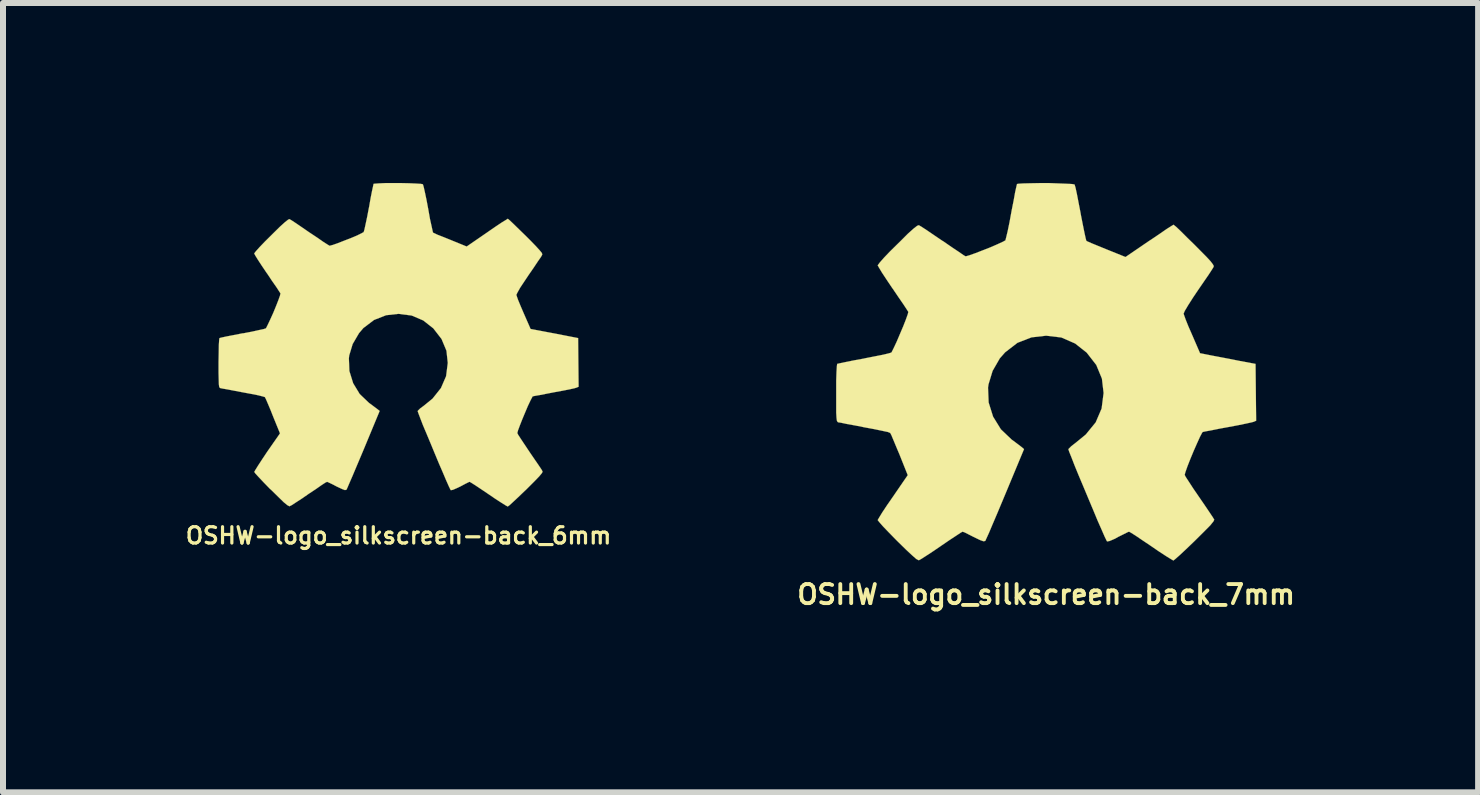
<source format=kicad_pcb>
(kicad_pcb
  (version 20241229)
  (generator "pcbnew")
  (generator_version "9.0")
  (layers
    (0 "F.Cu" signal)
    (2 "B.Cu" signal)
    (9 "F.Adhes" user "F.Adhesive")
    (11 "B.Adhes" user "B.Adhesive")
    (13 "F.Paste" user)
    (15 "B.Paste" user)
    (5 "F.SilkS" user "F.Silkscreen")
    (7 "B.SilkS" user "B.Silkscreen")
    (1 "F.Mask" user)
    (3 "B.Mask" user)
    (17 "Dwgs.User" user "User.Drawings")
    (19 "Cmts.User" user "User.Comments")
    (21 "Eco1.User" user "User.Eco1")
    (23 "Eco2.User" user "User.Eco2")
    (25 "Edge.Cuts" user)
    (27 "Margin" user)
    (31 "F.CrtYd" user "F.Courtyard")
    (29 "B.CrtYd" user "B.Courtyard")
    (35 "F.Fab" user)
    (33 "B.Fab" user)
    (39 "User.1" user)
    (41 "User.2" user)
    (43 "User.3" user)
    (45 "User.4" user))
  (footprint "OSHW-logo_silkscreen-back_6mm"
    (layer "F.Cu")
    (at 3.592 2.696)
    (property "Reference" "OSHW-logo_silkscreen-back_6mm" (at 0 3.18 0) (layer "F.SilkS") (effects (font (size 0.272 0.272) (thickness 0.053))))
    (attr through_hole)
    (fp_poly (pts (xy 1.819 2.695) (xy 1.786 2.677) (xy 1.717 2.634) (xy 1.615 2.568) (xy 1.499 2.489) (xy 1.379 2.408) (xy 1.28 2.342) (xy 1.212 2.299) (xy 1.184 2.283) (xy 1.168 2.289) (xy 1.113 2.316) (xy 1.031 2.36) (xy 0.983 2.383) (xy 0.907 2.416) (xy 0.871 2.423) (xy 0.864 2.413) (xy 0.836 2.355) (xy 0.792 2.256) (xy 0.737 2.126) (xy 0.671 1.974) (xy 0.602 1.808) (xy 0.533 1.641) (xy 0.467 1.483) (xy 0.406 1.339) (xy 0.361 1.222) (xy 0.33 1.14) (xy 0.318 1.105) (xy 0.323 1.097) (xy 0.358 1.062) (xy 0.424 1.013) (xy 0.566 0.897) (xy 0.706 0.721) (xy 0.792 0.523) (xy 0.82 0.302) (xy 0.798 0.099) (xy 0.716 -0.097) (xy 0.579 -0.274) (xy 0.411 -0.406) (xy 0.218 -0.488) (xy 0 -0.516) (xy -0.208 -0.493) (xy -0.409 -0.414) (xy -0.587 -0.279) (xy -0.66 -0.193) (xy -0.765 -0.013) (xy -0.823 0.178) (xy -0.828 0.226) (xy -0.82 0.437) (xy -0.757 0.64) (xy -0.648 0.82) (xy -0.493 0.968) (xy -0.472 0.983) (xy -0.401 1.036) (xy -0.353 1.072) (xy -0.315 1.102) (xy -0.584 1.75) (xy -0.627 1.852) (xy -0.701 2.027) (xy -0.765 2.179) (xy -0.818 2.301) (xy -0.853 2.383) (xy -0.869 2.416) (xy -0.871 2.416) (xy -0.894 2.421) (xy -0.942 2.403) (xy -1.034 2.36) (xy -1.092 2.329) (xy -1.161 2.296) (xy -1.191 2.283) (xy -1.219 2.296) (xy -1.285 2.339) (xy -1.379 2.405) (xy -1.496 2.482) (xy -1.605 2.558) (xy -1.707 2.624) (xy -1.781 2.672) (xy -1.816 2.69) (xy -1.821 2.69) (xy -1.854 2.672) (xy -1.913 2.624) (xy -1.999 2.54) (xy -2.123 2.418) (xy -2.144 2.4) (xy -2.245 2.296) (xy -2.329 2.207) (xy -2.385 2.146) (xy -2.405 2.118) (xy -2.385 2.083) (xy -2.339 2.009) (xy -2.273 1.908) (xy -2.192 1.786) (xy -1.976 1.476) (xy -2.095 1.184) (xy -2.131 1.092) (xy -2.177 0.983) (xy -2.21 0.907) (xy -2.228 0.871) (xy -2.261 0.861) (xy -2.339 0.841) (xy -2.456 0.818) (xy -2.596 0.792) (xy -2.728 0.767) (xy -2.847 0.744) (xy -2.934 0.729) (xy -2.972 0.721) (xy -2.982 0.714) (xy -2.99 0.696) (xy -2.995 0.655) (xy -2.997 0.582) (xy -3 0.467) (xy -3 0.302) (xy -3 0.284) (xy -2.997 0.127) (xy -2.995 0.003) (xy -2.99 -0.079) (xy -2.985 -0.112) (xy -2.946 -0.122) (xy -2.863 -0.14) (xy -2.743 -0.163) (xy -2.601 -0.191) (xy -2.591 -0.191) (xy -2.449 -0.218) (xy -2.332 -0.244) (xy -2.248 -0.262) (xy -2.212 -0.274) (xy -2.205 -0.284) (xy -2.177 -0.34) (xy -2.136 -0.427) (xy -2.088 -0.533) (xy -2.042 -0.645) (xy -2.002 -0.747) (xy -1.976 -0.82) (xy -1.968 -0.856) (xy -1.989 -0.889) (xy -2.037 -0.963) (xy -2.108 -1.064) (xy -2.189 -1.186) (xy -2.197 -1.196) (xy -2.278 -1.316) (xy -2.344 -1.417) (xy -2.388 -1.488) (xy -2.405 -1.521) (xy -2.405 -1.524) (xy -2.377 -1.56) (xy -2.316 -1.628) (xy -2.228 -1.72) (xy -2.123 -1.824) (xy -2.09 -1.857) (xy -1.974 -1.971) (xy -1.892 -2.045) (xy -1.841 -2.085) (xy -1.819 -2.095) (xy -1.816 -2.093) (xy -1.781 -2.073) (xy -1.704 -2.022) (xy -1.603 -1.953) (xy -1.481 -1.869) (xy -1.473 -1.864) (xy -1.351 -1.783) (xy -1.252 -1.714) (xy -1.181 -1.669) (xy -1.151 -1.651) (xy -1.146 -1.651) (xy -1.097 -1.664) (xy -1.011 -1.694) (xy -0.907 -1.735) (xy -0.795 -1.778) (xy -0.693 -1.821) (xy -0.62 -1.857) (xy -0.584 -1.877) (xy -0.582 -1.877) (xy -0.569 -1.92) (xy -0.549 -2.012) (xy -0.523 -2.134) (xy -0.495 -2.281) (xy -0.49 -2.304) (xy -0.465 -2.449) (xy -0.442 -2.565) (xy -0.424 -2.647) (xy -0.417 -2.682) (xy -0.396 -2.685) (xy -0.325 -2.69) (xy -0.218 -2.695) (xy -0.089 -2.695) (xy 0.046 -2.695) (xy 0.178 -2.692) (xy 0.29 -2.687) (xy 0.371 -2.682) (xy 0.406 -2.675) (xy 0.406 -2.672) (xy 0.419 -2.629) (xy 0.439 -2.54) (xy 0.465 -2.416) (xy 0.493 -2.268) (xy 0.498 -2.24) (xy 0.523 -2.098) (xy 0.549 -1.981) (xy 0.566 -1.902) (xy 0.574 -1.869) (xy 0.587 -1.864) (xy 0.645 -1.836) (xy 0.742 -1.798) (xy 0.861 -1.75) (xy 1.135 -1.638) (xy 1.471 -1.869) (xy 1.501 -1.89) (xy 1.623 -1.974) (xy 1.722 -2.04) (xy 1.793 -2.083) (xy 1.821 -2.101) (xy 1.824 -2.098) (xy 1.857 -2.07) (xy 1.923 -2.007) (xy 2.014 -1.918) (xy 2.121 -1.814) (xy 2.2 -1.735) (xy 2.291 -1.641) (xy 2.349 -1.577) (xy 2.383 -1.537) (xy 2.395 -1.511) (xy 2.39 -1.494) (xy 2.37 -1.46) (xy 2.319 -1.387) (xy 2.25 -1.283) (xy 2.169 -1.166) (xy 2.101 -1.064) (xy 2.027 -0.953) (xy 1.981 -0.871) (xy 1.963 -0.833) (xy 1.968 -0.815) (xy 1.991 -0.749) (xy 2.032 -0.65) (xy 2.083 -0.531) (xy 2.2 -0.264) (xy 2.375 -0.231) (xy 2.479 -0.211) (xy 2.629 -0.183) (xy 2.771 -0.155) (xy 2.992 -0.112) (xy 3 0.699) (xy 2.964 0.714) (xy 2.931 0.724) (xy 2.85 0.742) (xy 2.733 0.765) (xy 2.596 0.79) (xy 2.477 0.813) (xy 2.36 0.836) (xy 2.273 0.851) (xy 2.235 0.859) (xy 2.228 0.871) (xy 2.197 0.93) (xy 2.154 1.021) (xy 2.108 1.13) (xy 2.06 1.245) (xy 2.019 1.349) (xy 1.989 1.43) (xy 1.979 1.471) (xy 1.994 1.501) (xy 2.04 1.572) (xy 2.106 1.671) (xy 2.184 1.788) (xy 2.266 1.908) (xy 2.334 2.007) (xy 2.383 2.08) (xy 2.4 2.113) (xy 2.39 2.136) (xy 2.344 2.192) (xy 2.256 2.283) (xy 2.123 2.416) (xy 2.101 2.436) (xy 1.996 2.537) (xy 1.908 2.619) (xy 1.847 2.675) (xy 1.819 2.695)) (stroke (width 0.003) (type solid)) (fill yes) (layer "F.SilkS")))
  (footprint "OSHW-logo_silkscreen-back_7mm"
    (layer "F.Cu")
    (at 14.383 3.146)
    (property "Reference" "OSHW-logo_silkscreen-back_7mm" (at 0 3.711 0) (layer "F.SilkS") (effects (font (size 0.318 0.318) (thickness 0.064))))
    (attr through_hole)
    (fp_poly (pts (xy 2.121 3.145) (xy 2.085 3.124) (xy 2.002 3.073) (xy 1.885 2.997) (xy 1.748 2.903) (xy 1.608 2.809) (xy 1.496 2.733) (xy 1.415 2.682) (xy 1.382 2.664) (xy 1.364 2.67) (xy 1.298 2.703) (xy 1.201 2.751) (xy 1.148 2.781) (xy 1.059 2.819) (xy 1.016 2.827) (xy 1.008 2.814) (xy 0.975 2.746) (xy 0.925 2.631) (xy 0.859 2.482) (xy 0.785 2.304) (xy 0.704 2.111) (xy 0.622 1.915) (xy 0.544 1.73) (xy 0.475 1.562) (xy 0.422 1.425) (xy 0.384 1.331) (xy 0.371 1.29) (xy 0.376 1.283) (xy 0.419 1.24) (xy 0.495 1.181) (xy 0.66 1.046) (xy 0.826 0.843) (xy 0.925 0.612) (xy 0.958 0.353) (xy 0.93 0.114) (xy 0.836 -0.114) (xy 0.676 -0.32) (xy 0.483 -0.472) (xy 0.254 -0.572) (xy 0 -0.602) (xy -0.244 -0.574) (xy -0.478 -0.483) (xy -0.683 -0.325) (xy -0.772 -0.224) (xy -0.892 -0.015) (xy -0.96 0.208) (xy -0.968 0.264) (xy -0.958 0.511) (xy -0.884 0.747) (xy -0.754 0.958) (xy -0.574 1.13) (xy -0.551 1.146) (xy -0.467 1.209) (xy -0.411 1.252) (xy -0.368 1.288) (xy -0.681 2.04) (xy -0.732 2.162) (xy -0.818 2.367) (xy -0.894 2.545) (xy -0.953 2.685) (xy -0.996 2.779) (xy -1.013 2.817) (xy -1.016 2.819) (xy -1.044 2.824) (xy -1.1 2.804) (xy -1.206 2.753) (xy -1.275 2.718) (xy -1.356 2.677) (xy -1.392 2.664) (xy -1.422 2.68) (xy -1.499 2.731) (xy -1.61 2.804) (xy -1.745 2.896) (xy -1.875 2.985) (xy -1.991 3.061) (xy -2.078 3.117) (xy -2.118 3.139) (xy -2.126 3.139) (xy -2.164 3.119) (xy -2.23 3.061) (xy -2.334 2.964) (xy -2.479 2.822) (xy -2.502 2.799) (xy -2.621 2.677) (xy -2.718 2.576) (xy -2.781 2.504) (xy -2.807 2.471) (xy -2.784 2.431) (xy -2.731 2.344) (xy -2.652 2.225) (xy -2.555 2.085) (xy -2.306 1.722) (xy -2.443 1.379) (xy -2.487 1.275) (xy -2.54 1.148) (xy -2.578 1.057) (xy -2.598 1.019) (xy -2.637 1.003) (xy -2.731 0.983) (xy -2.865 0.955) (xy -3.028 0.925) (xy -3.183 0.894) (xy -3.322 0.869) (xy -3.421 0.848) (xy -3.467 0.841) (xy -3.477 0.833) (xy -3.487 0.813) (xy -3.493 0.765) (xy -3.498 0.681) (xy -3.498 0.546) (xy -3.498 0.353) (xy -3.498 0.333) (xy -3.498 0.147) (xy -3.493 0.003) (xy -3.487 -0.094) (xy -3.482 -0.132) (xy -3.439 -0.142) (xy -3.34 -0.163) (xy -3.2 -0.191) (xy -3.035 -0.221) (xy -3.025 -0.224) (xy -2.857 -0.257) (xy -2.72 -0.284) (xy -2.624 -0.307) (xy -2.581 -0.32) (xy -2.573 -0.33) (xy -2.54 -0.396) (xy -2.492 -0.498) (xy -2.438 -0.625) (xy -2.383 -0.754) (xy -2.337 -0.871) (xy -2.306 -0.958) (xy -2.296 -0.998) (xy -2.322 -1.039) (xy -2.377 -1.123) (xy -2.459 -1.242) (xy -2.555 -1.384) (xy -2.563 -1.394) (xy -2.657 -1.534) (xy -2.736 -1.654) (xy -2.786 -1.737) (xy -2.807 -1.775) (xy -2.804 -1.778) (xy -2.774 -1.819) (xy -2.703 -1.9) (xy -2.601 -2.007) (xy -2.477 -2.129) (xy -2.438 -2.167) (xy -2.304 -2.301) (xy -2.207 -2.388) (xy -2.149 -2.433) (xy -2.121 -2.443) (xy -2.078 -2.418) (xy -1.989 -2.36) (xy -1.869 -2.278) (xy -1.727 -2.182) (xy -1.717 -2.177) (xy -1.577 -2.08) (xy -1.46 -2.002) (xy -1.379 -1.946) (xy -1.344 -1.925) (xy -1.336 -1.925) (xy -1.28 -1.941) (xy -1.181 -1.976) (xy -1.057 -2.024) (xy -0.927 -2.075) (xy -0.81 -2.126) (xy -0.721 -2.167) (xy -0.681 -2.189) (xy -0.678 -2.192) (xy -0.665 -2.243) (xy -0.64 -2.347) (xy -0.61 -2.492) (xy -0.579 -2.662) (xy -0.574 -2.69) (xy -0.541 -2.855) (xy -0.516 -2.995) (xy -0.495 -3.089) (xy -0.485 -3.129) (xy -0.462 -3.134) (xy -0.381 -3.139) (xy -0.257 -3.142) (xy -0.104 -3.145) (xy 0.053 -3.145) (xy 0.208 -3.139) (xy 0.34 -3.134) (xy 0.434 -3.129) (xy 0.472 -3.122) (xy 0.475 -3.119) (xy 0.49 -3.068) (xy 0.513 -2.962) (xy 0.541 -2.817) (xy 0.574 -2.647) (xy 0.579 -2.616) (xy 0.612 -2.449) (xy 0.64 -2.311) (xy 0.66 -2.22) (xy 0.671 -2.182) (xy 0.686 -2.174) (xy 0.754 -2.144) (xy 0.866 -2.098) (xy 1.003 -2.042) (xy 1.323 -1.913) (xy 1.717 -2.182) (xy 1.753 -2.205) (xy 1.895 -2.301) (xy 2.009 -2.38) (xy 2.09 -2.431) (xy 2.123 -2.451) (xy 2.126 -2.449) (xy 2.167 -2.416) (xy 2.245 -2.342) (xy 2.349 -2.238) (xy 2.474 -2.116) (xy 2.565 -2.024) (xy 2.675 -1.913) (xy 2.743 -1.839) (xy 2.779 -1.791) (xy 2.794 -1.763) (xy 2.789 -1.745) (xy 2.764 -1.704) (xy 2.708 -1.618) (xy 2.626 -1.499) (xy 2.53 -1.359) (xy 2.451 -1.242) (xy 2.367 -1.11) (xy 2.311 -1.016) (xy 2.291 -0.97) (xy 2.296 -0.953) (xy 2.324 -0.874) (xy 2.37 -0.759) (xy 2.431 -0.62) (xy 2.565 -0.31) (xy 2.771 -0.269) (xy 2.893 -0.246) (xy 3.066 -0.213) (xy 3.231 -0.18) (xy 3.49 -0.132) (xy 3.5 0.815) (xy 3.459 0.833) (xy 3.421 0.843) (xy 3.325 0.864) (xy 3.188 0.892) (xy 3.028 0.922) (xy 2.891 0.947) (xy 2.753 0.975) (xy 2.654 0.993) (xy 2.609 1.003) (xy 2.598 1.019) (xy 2.563 1.085) (xy 2.515 1.191) (xy 2.459 1.318) (xy 2.403 1.453) (xy 2.355 1.575) (xy 2.322 1.669) (xy 2.309 1.717) (xy 2.327 1.753) (xy 2.38 1.834) (xy 2.456 1.951) (xy 2.55 2.088) (xy 2.644 2.225) (xy 2.723 2.342) (xy 2.779 2.426) (xy 2.802 2.464) (xy 2.789 2.492) (xy 2.736 2.558) (xy 2.631 2.664) (xy 2.477 2.817) (xy 2.451 2.842) (xy 2.329 2.959) (xy 2.225 3.056) (xy 2.154 3.119) (xy 2.121 3.145)) (stroke (width 0.003) (type solid)) (fill yes) (layer "F.SilkS")))
  (gr_rect
    (start -3 -3)
    (end 21.582 10.154)
    (stroke (width 0.1) (type default))
    (fill no)
    (layer "Edge.Cuts")))
</source>
